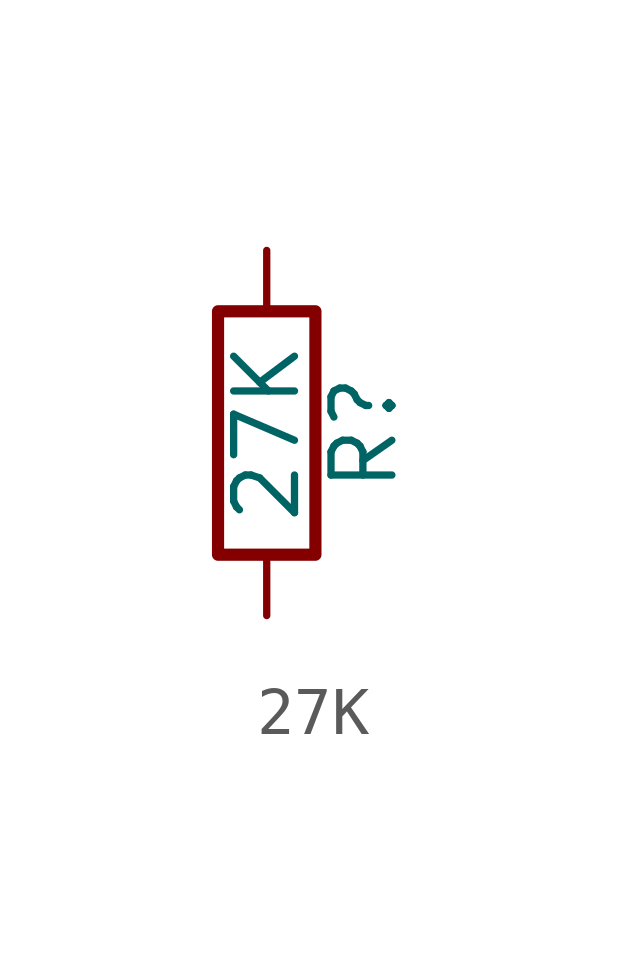
<source format=kicad_sym>
(kicad_symbol_lib
  (version 20220914)
  (generator kicad_db_lib)
  (symbol "27K"
    (pin_numbers hide)
    (pin_names
      (offset 0))
    (property "Reference" "R"
      (at 2.032 0 90)
      (effects (font (size 1.27 1.27))))
    (property "Value" "27K"
      (at 0 0 90)
      (effects (font (size 1.27 1.27))))
    (symbol "27K_0_1"
      (rectangle (start -1.016 -2.54) (end 1.016 2.54) (stroke (width 0.254) (type default)) (fill (type none))))
    (symbol "27K_1_1"
      (pin passive line (at 0 3.81 270) (length 1.27) (name "~" (effects (font (size 1.27 1.27)))) (number "1" (effects (font (size 1.27 1.27)))))
      (pin passive line (at 0 -3.81 90) (length 1.27) (name "~" (effects (font (size 1.27 1.27)))) (number "2" (effects (font (size 1.27 1.27))))))))
</source>
